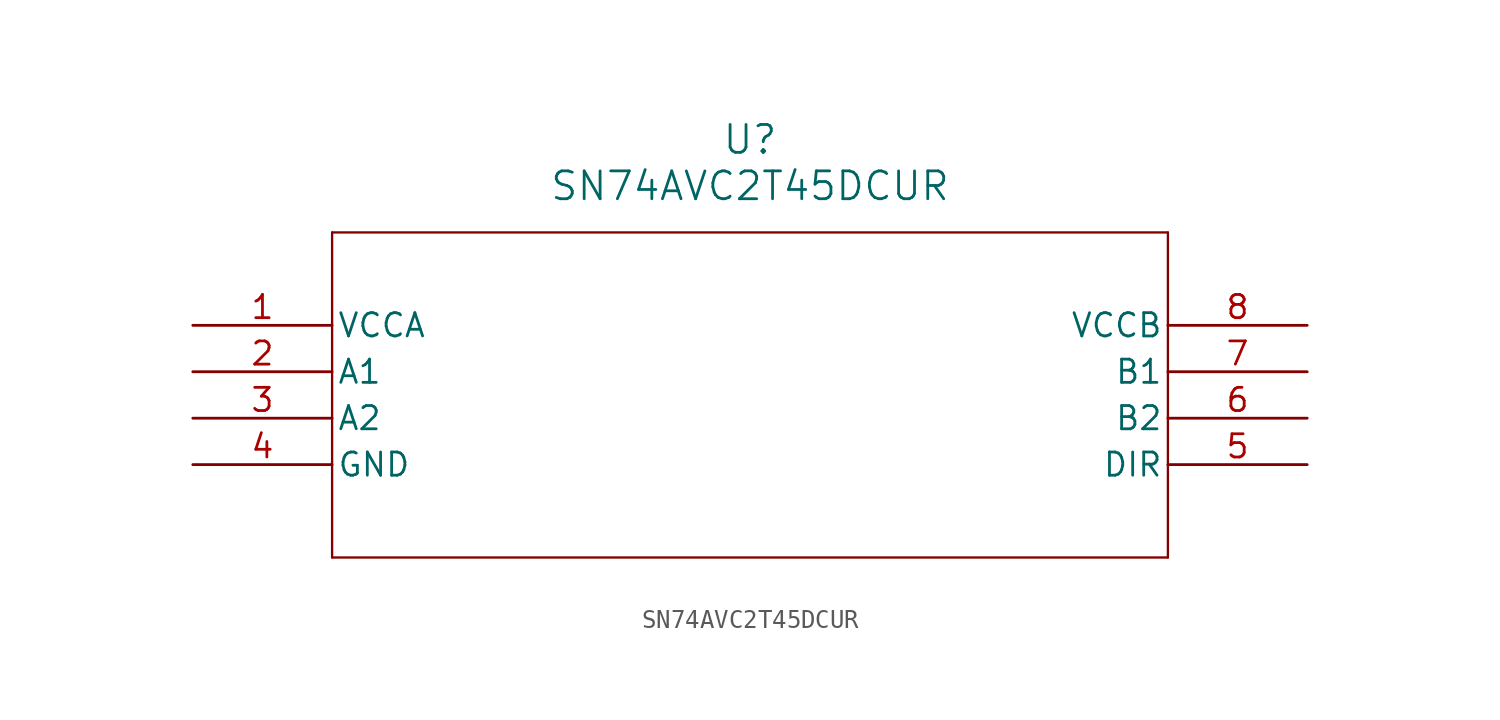
<source format=kicad_sym>
(kicad_symbol_lib
  (version 20211014)
  (generator kicad_symbol_editor)
  (symbol "SN74AVC2T45DCUR"
    (pin_names
      (offset 0.254))
    (property "Reference" "U"
      (at 30.48 10.16 0)
      (effects (font (size 1.524 1.524))))
    (property "Value" "SN74AVC2T45DCUR"
      (at 30.48 7.62 0)
      (effects (font (size 1.524 1.524))))
    (symbol "SN74AVC2T45DCUR_0_1"
      (polyline (pts (xy 7.62 5.08) (xy 7.62 -12.7)) (stroke (width 0.127) (type default) (color 0 0 0 0)) (fill (type none)))
      (polyline (pts (xy 7.62 -12.7) (xy 53.34 -12.7)) (stroke (width 0.127) (type default) (color 0 0 0 0)) (fill (type none)))
      (polyline (pts (xy 53.34 -12.7) (xy 53.34 5.08)) (stroke (width 0.127) (type default) (color 0 0 0 0)) (fill (type none)))
      (polyline (pts (xy 53.34 5.08) (xy 7.62 5.08)) (stroke (width 0.127) (type default) (color 0 0 0 0)) (fill (type none)))
      (pin power_in line (at 0 0 0) (length 7.62) (name "VCCA" (effects (font (size 1.27 1.27)))) (number "1" (effects (font (size 1.27 1.27)))))
      (pin bidirectional line (at 0 -2.54 0) (length 7.62) (name "A1" (effects (font (size 1.27 1.27)))) (number "2" (effects (font (size 1.27 1.27)))))
      (pin bidirectional line (at 0 -5.08 0) (length 7.62) (name "A2" (effects (font (size 1.27 1.27)))) (number "3" (effects (font (size 1.27 1.27)))))
      (pin power_in line (at 0 -7.62 0) (length 7.62) (name "GND" (effects (font (size 1.27 1.27)))) (number "4" (effects (font (size 1.27 1.27)))))
      (pin input line (at 60.96 -7.62 180) (length 7.62) (name "DIR" (effects (font (size 1.27 1.27)))) (number "5" (effects (font (size 1.27 1.27)))))
      (pin bidirectional line (at 60.96 -5.08 180) (length 7.62) (name "B2" (effects (font (size 1.27 1.27)))) (number "6" (effects (font (size 1.27 1.27)))))
      (pin bidirectional line (at 60.96 -2.54 180) (length 7.62) (name "B1" (effects (font (size 1.27 1.27)))) (number "7" (effects (font (size 1.27 1.27)))))
      (pin power_in line (at 60.96 0 180) (length 7.62) (name "VCCB" (effects (font (size 1.27 1.27)))) (number "8" (effects (font (size 1.27 1.27))))))))
</source>
